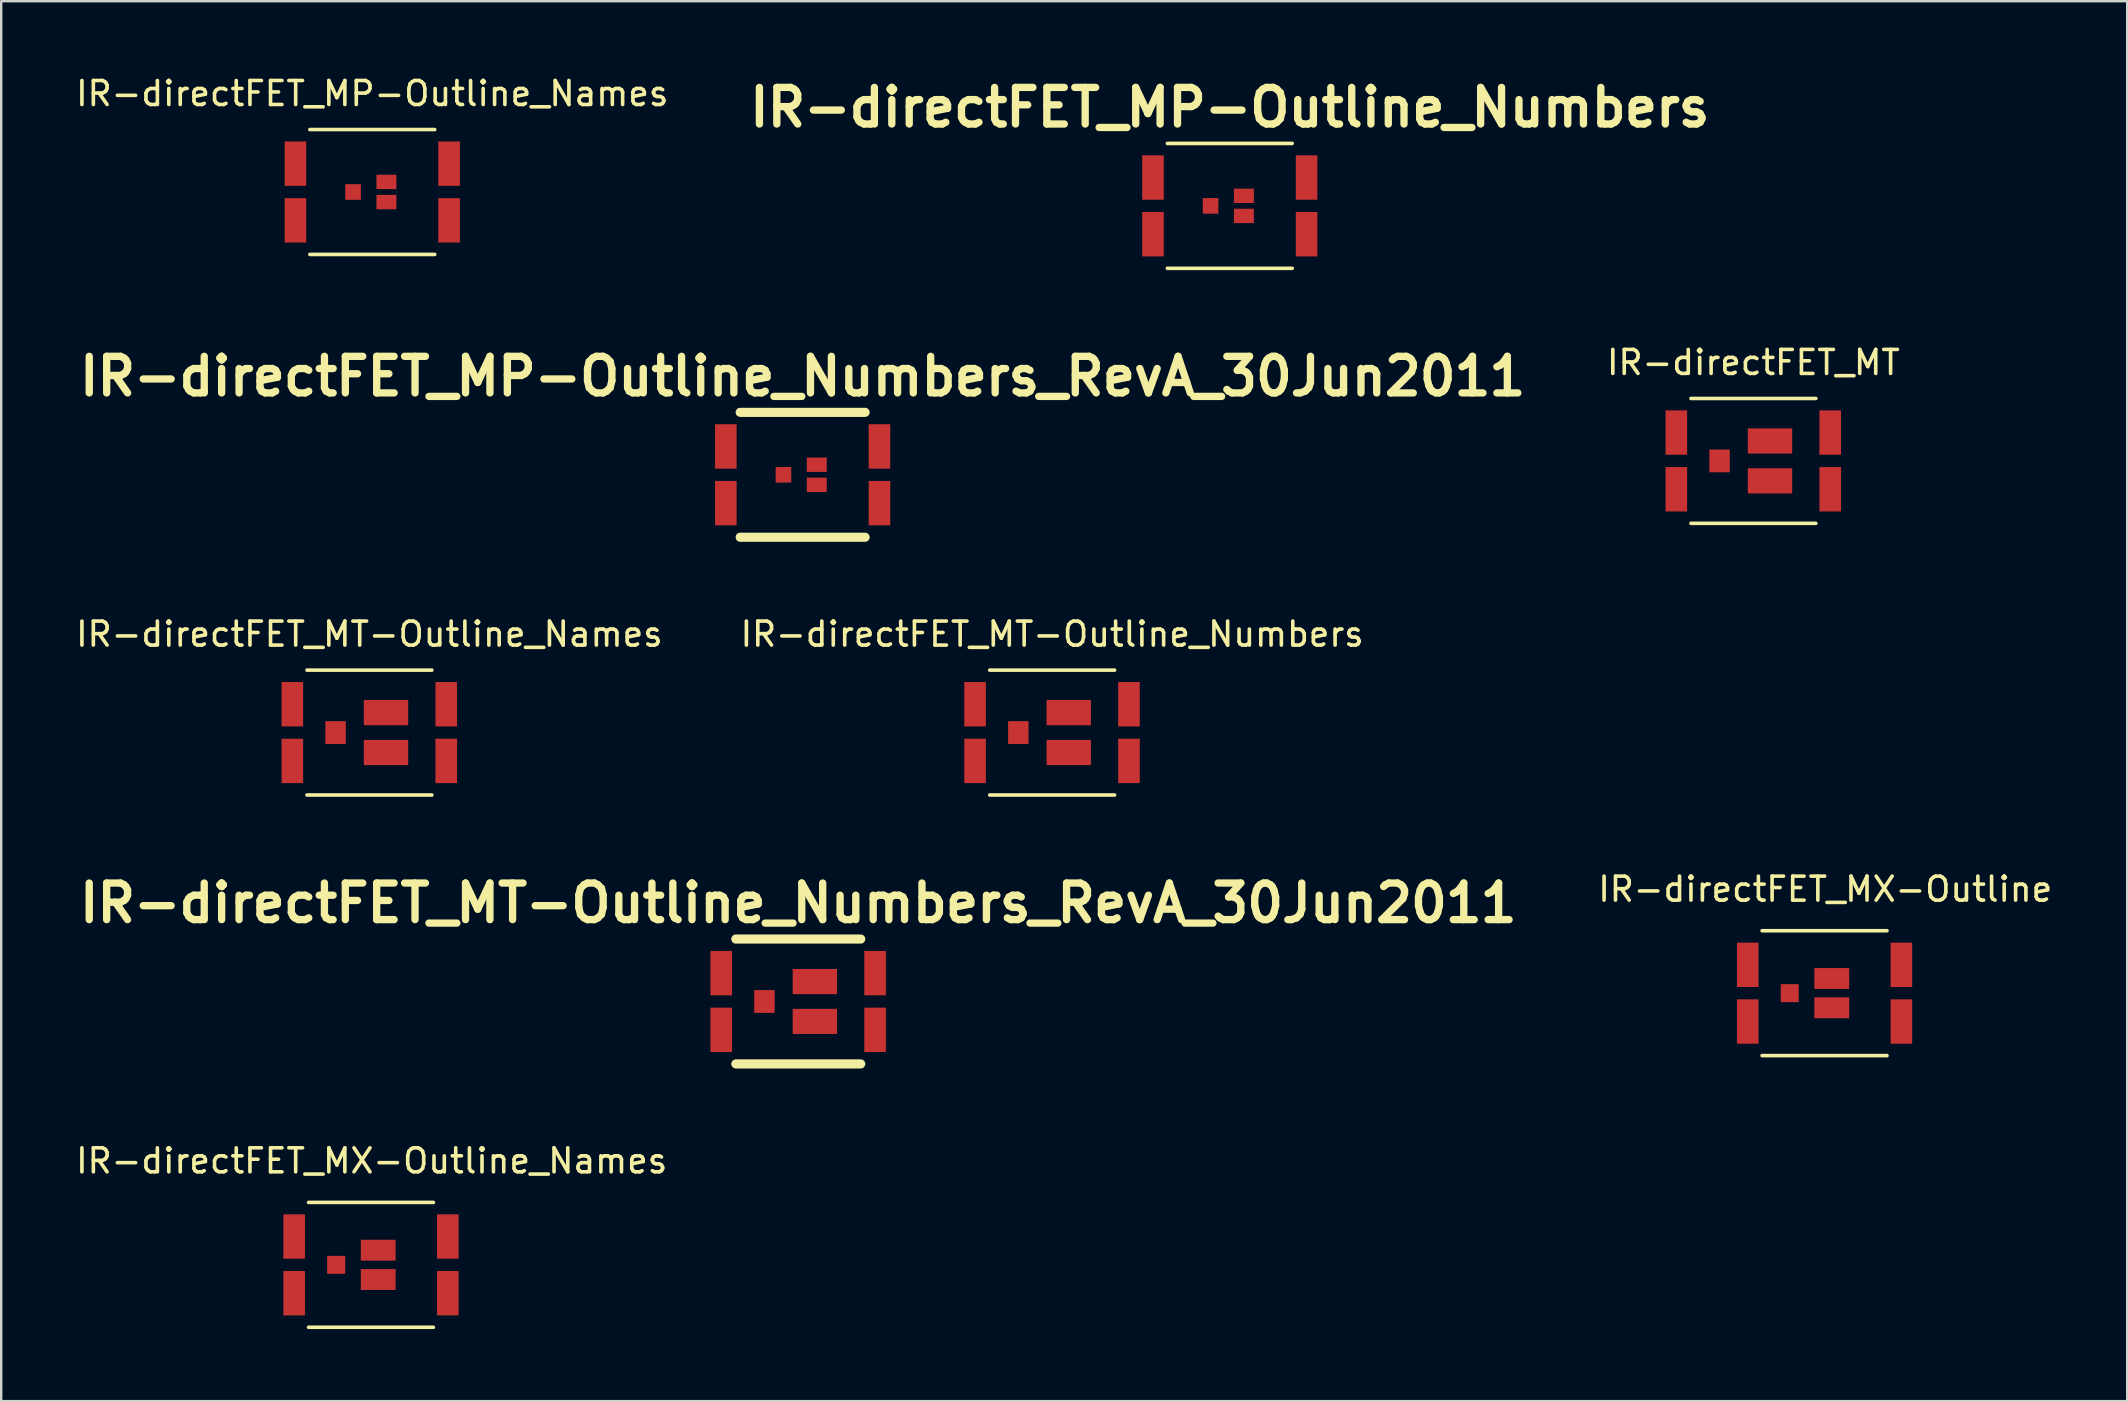
<source format=kicad_pcb>
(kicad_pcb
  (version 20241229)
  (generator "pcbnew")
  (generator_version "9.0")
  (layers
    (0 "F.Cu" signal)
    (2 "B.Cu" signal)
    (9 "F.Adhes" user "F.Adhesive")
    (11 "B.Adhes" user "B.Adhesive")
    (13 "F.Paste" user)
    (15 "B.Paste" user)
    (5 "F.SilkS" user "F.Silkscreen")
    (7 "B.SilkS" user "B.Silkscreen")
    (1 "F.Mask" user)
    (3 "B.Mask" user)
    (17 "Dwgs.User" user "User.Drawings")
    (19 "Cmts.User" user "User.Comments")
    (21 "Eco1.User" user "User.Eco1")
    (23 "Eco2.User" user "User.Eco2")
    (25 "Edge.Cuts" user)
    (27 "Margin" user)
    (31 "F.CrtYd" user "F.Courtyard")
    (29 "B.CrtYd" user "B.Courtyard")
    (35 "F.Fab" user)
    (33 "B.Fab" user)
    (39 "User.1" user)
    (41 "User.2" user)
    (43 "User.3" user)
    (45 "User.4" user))
  (footprint "IR-directFET_MT-Outline_Numbers_RevA_30Jun2011"
    (layer "F.Cu")
    (at 30.204 38.669)
    (property "Reference" "IR-directFET_MT-Outline_Numbers_RevA_30Jun2011" (at 0 -4.1 0) (layer "F.SilkS") (effects (font (size 1.524 1.524) (thickness 0.305))))
    (attr through_hole)
    (fp_line (start -2.601 -2.601) (end 2.601 -2.601) (stroke (width 0.381) (type solid)) (layer "F.SilkS"))
    (fp_line (start 2.601 2.601) (end -2.601 2.601) (stroke (width 0.381) (type solid)) (layer "F.SilkS"))
    (pad "1" smd rect (at 3.2 -1.181) (size 0.899 1.849) (layers "F.Cu" "F.Mask" "F.Paste"))
    (pad "2" smd rect (at 3.2 1.181) (size 0.899 1.849) (layers "F.Cu" "F.Mask" "F.Paste"))
    (pad "3" smd rect (at 0.691 -0.831) (size 1.849 1.049) (layers "F.Cu" "F.Mask" "F.Paste"))
    (pad "4" smd rect (at 0.691 0.831) (size 1.849 1.049) (layers "F.Cu" "F.Mask" "F.Paste"))
    (pad "5" smd rect (at -1.41 0) (size 0.851 0.95) (layers "F.Cu" "F.Mask" "F.Paste"))
    (pad "6" smd rect (at -3.211 -1.181) (size 0.899 1.849) (layers "F.Cu" "F.Mask" "F.Paste"))
    (pad "7" smd rect (at -3.211 1.181) (size 0.899 1.849) (layers "F.Cu" "F.Mask" "F.Paste")))
  (footprint "IR-directFET_MT"
    (layer "F.Cu")
    (at 69.992 16.15)
    (property "Reference" "IR-directFET_MT" (at 0 -4.1 0) (layer "F.SilkS") (effects (font (size 1 1) (thickness 0.15))))
    (attr through_hole)
    (fp_line (start -2.601 -2.601) (end 2.601 -2.601) (stroke (width 0.15) (type solid)) (layer "F.SilkS"))
    (fp_line (start 2.601 2.601) (end -2.601 2.601) (stroke (width 0.15) (type solid)) (layer "F.SilkS"))
    (pad "1" smd rect (at 3.2 -1.181) (size 0.899 1.849) (layers "F.Cu" "F.Mask" "F.Paste"))
    (pad "2" smd rect (at 3.2 1.181) (size 0.899 1.849) (layers "F.Cu" "F.Mask" "F.Paste"))
    (pad "3" smd rect (at 0.691 -0.831) (size 1.849 1.049) (layers "F.Cu" "F.Mask" "F.Paste"))
    (pad "4" smd rect (at 0.691 0.831) (size 1.849 1.049) (layers "F.Cu" "F.Mask" "F.Paste"))
    (pad "5" smd rect (at -1.41 0) (size 0.851 0.95) (layers "F.Cu" "F.Mask" "F.Paste"))
    (pad "6" smd rect (at -3.211 -1.181) (size 0.899 1.849) (layers "F.Cu" "F.Mask" "F.Paste"))
    (pad "7" smd rect (at -3.211 1.181) (size 0.899 1.849) (layers "F.Cu" "F.Mask" "F.Paste")))
  (footprint "IR-directFET_MT-Outline_Numbers"
    (layer "F.Cu")
    (at 40.78 27.467)
    (property "Reference" "IR-directFET_MT-Outline_Numbers" (at 0 -4.1 0) (layer "F.SilkS") (effects (font (size 1 1) (thickness 0.15))))
    (attr through_hole)
    (fp_line (start -2.601 -2.601) (end 2.601 -2.601) (stroke (width 0.15) (type solid)) (layer "F.SilkS"))
    (fp_line (start 2.601 2.601) (end -2.601 2.601) (stroke (width 0.15) (type solid)) (layer "F.SilkS"))
    (pad "1" smd rect (at 3.2 -1.181) (size 0.899 1.849) (layers "F.Cu" "F.Mask" "F.Paste"))
    (pad "2" smd rect (at 3.2 1.181) (size 0.899 1.849) (layers "F.Cu" "F.Mask" "F.Paste"))
    (pad "3" smd rect (at 0.691 -0.831) (size 1.849 1.049) (layers "F.Cu" "F.Mask" "F.Paste"))
    (pad "4" smd rect (at 0.691 0.831) (size 1.849 1.049) (layers "F.Cu" "F.Mask" "F.Paste"))
    (pad "5" smd rect (at -1.41 0) (size 0.851 0.95) (layers "F.Cu" "F.Mask" "F.Paste"))
    (pad "6" smd rect (at -3.211 -1.181) (size 0.899 1.849) (layers "F.Cu" "F.Mask" "F.Paste"))
    (pad "7" smd rect (at -3.211 1.181) (size 0.899 1.849) (layers "F.Cu" "F.Mask" "F.Paste")))
  (footprint "IR-directFET_MT-Outline_Names"
    (layer "F.Cu")
    (at 12.339 27.467)
    (property "Reference" "IR-directFET_MT-Outline_Names" (at 0 -4.1 0) (layer "F.SilkS") (effects (font (size 1 1) (thickness 0.15))))
    (attr through_hole)
    (fp_line (start -2.601 -2.601) (end 2.601 -2.601) (stroke (width 0.15) (type solid)) (layer "F.SilkS"))
    (fp_line (start 2.601 2.601) (end -2.601 2.601) (stroke (width 0.15) (type solid)) (layer "F.SilkS"))
    (pad "D" smd rect (at -3.211 -1.181) (size 0.899 1.849) (layers "F.Cu" "F.Mask" "F.Paste"))
    (pad "D" smd rect (at -3.211 1.181) (size 0.899 1.849) (layers "F.Cu" "F.Mask" "F.Paste"))
    (pad "D" smd rect (at 3.2 -1.181) (size 0.899 1.849) (layers "F.Cu" "F.Mask" "F.Paste"))
    (pad "D" smd rect (at 3.2 1.181) (size 0.899 1.849) (layers "F.Cu" "F.Mask" "F.Paste"))
    (pad "G" smd rect (at -1.41 0) (size 0.851 0.95) (layers "F.Cu" "F.Mask" "F.Paste"))
    (pad "S" smd rect (at 0.691 -0.831) (size 1.849 1.049) (layers "F.Cu" "F.Mask" "F.Paste"))
    (pad "S" smd rect (at 0.691 0.831) (size 1.849 1.049) (layers "F.Cu" "F.Mask" "F.Paste")))
  (footprint "IR-directFET_MX-Outline_Names"
    (layer "F.Cu")
    (at 12.404 49.64)
    (property "Reference" "IR-directFET_MX-Outline_Names" (at 0.03 -4.331 0) (layer "F.SilkS") (effects (font (size 1 1) (thickness 0.15))))
    (attr through_hole)
    (fp_line (start -2.601 -2.601) (end 2.601 -2.601) (stroke (width 0.15) (type solid)) (layer "F.SilkS"))
    (fp_line (start 2.601 2.601) (end -2.601 2.601) (stroke (width 0.15) (type solid)) (layer "F.SilkS"))
    (pad "D" smd rect (at -3.2 -1.181) (size 0.899 1.849) (layers "F.Cu" "F.Mask" "F.Paste"))
    (pad "D" smd rect (at -3.2 1.181) (size 0.899 1.849) (layers "F.Cu" "F.Mask" "F.Paste"))
    (pad "D" smd rect (at 3.2 -1.181) (size 0.899 1.849) (layers "F.Cu" "F.Mask" "F.Paste"))
    (pad "D" smd rect (at 3.2 1.181) (size 0.899 1.849) (layers "F.Cu" "F.Mask" "F.Paste"))
    (pad "G" smd rect (at -1.45 0) (size 0.749 0.749) (layers "F.Cu" "F.Mask" "F.Paste"))
    (pad "S" smd rect (at 0.3 -0.61) (size 1.45 0.871) (layers "F.Cu" "F.Mask" "F.Paste"))
    (pad "S" smd rect (at 0.3 0.61) (size 1.45 0.871) (layers "F.Cu" "F.Mask" "F.Paste")))
  (footprint "IR-directFET_MP-Outline_Names"
    (layer "F.Cu")
    (at 12.458 4.948)
    (property "Reference" "IR-directFET_MP-Outline_Names" (at 0 -4.1 0) (layer "F.SilkS") (effects (font (size 1 1) (thickness 0.15))))
    (attr through_hole)
    (fp_line (start -2.601 -2.601) (end 2.601 -2.601) (stroke (width 0.15) (type solid)) (layer "F.SilkS"))
    (fp_line (start 2.601 2.601) (end -2.601 2.601) (stroke (width 0.15) (type solid)) (layer "F.SilkS"))
    (pad "D" smd rect (at -3.2 -1.181) (size 0.899 1.849) (layers "F.Cu" "F.Mask" "F.Paste"))
    (pad "D" smd rect (at -3.2 1.181) (size 0.899 1.849) (layers "F.Cu" "F.Mask" "F.Paste"))
    (pad "D" smd rect (at 3.2 -1.181) (size 0.899 1.849) (layers "F.Cu" "F.Mask" "F.Paste"))
    (pad "D" smd rect (at 3.2 1.181) (size 0.899 1.849) (layers "F.Cu" "F.Mask" "F.Paste"))
    (pad "G" smd rect (at -0.8 0) (size 0.65 0.65) (layers "F.Cu" "F.Mask" "F.Paste"))
    (pad "S" smd rect (at 0.589 -0.419) (size 0.831 0.599) (layers "F.Cu" "F.Mask" "F.Paste"))
    (pad "S" smd rect (at 0.589 0.419) (size 0.831 0.599) (layers "F.Cu" "F.Mask" "F.Paste")))
  (footprint "IR-directFET_MX-Outline"
    (layer "F.Cu")
    (at 72.955 38.322)
    (property "Reference" "IR-directFET_MX-Outline" (at 0.03 -4.331 0) (layer "F.SilkS") (effects (font (size 1 1) (thickness 0.15))))
    (attr through_hole)
    (fp_line (start -2.601 -2.601) (end 2.601 -2.601) (stroke (width 0.15) (type solid)) (layer "F.SilkS"))
    (fp_line (start 2.601 2.601) (end -2.601 2.601) (stroke (width 0.15) (type solid)) (layer "F.SilkS"))
    (pad "D" smd rect (at -3.2 -1.181) (size 0.899 1.849) (layers "F.Cu" "F.Mask" "F.Paste"))
    (pad "D" smd rect (at -3.2 1.181) (size 0.899 1.849) (layers "F.Cu" "F.Mask" "F.Paste"))
    (pad "D" smd rect (at 3.2 -1.181) (size 0.899 1.849) (layers "F.Cu" "F.Mask" "F.Paste"))
    (pad "D" smd rect (at 3.2 1.181) (size 0.899 1.849) (layers "F.Cu" "F.Mask" "F.Paste"))
    (pad "G" smd rect (at -1.45 0) (size 0.749 0.749) (layers "F.Cu" "F.Mask" "F.Paste"))
    (pad "S" smd rect (at 0.3 -0.61) (size 1.45 0.871) (layers "F.Cu" "F.Mask" "F.Paste"))
    (pad "S" smd rect (at 0.3 0.61) (size 1.45 0.871) (layers "F.Cu" "F.Mask" "F.Paste")))
  (footprint "IR-directFET_MP-Outline_Numbers_RevA_30Jun2011"
    (layer "F.Cu")
    (at 30.386 16.728)
    (property "Reference" "IR-directFET_MP-Outline_Numbers_RevA_30Jun2011" (at 0 -4.1 0) (layer "F.SilkS") (effects (font (size 1.524 1.524) (thickness 0.305))))
    (attr through_hole)
    (fp_line (start -2.601 -2.601) (end 2.601 -2.601) (stroke (width 0.381) (type solid)) (layer "F.SilkS"))
    (fp_line (start 2.601 2.601) (end -2.601 2.601) (stroke (width 0.381) (type solid)) (layer "F.SilkS"))
    (pad "1" smd rect (at 3.2 -1.181) (size 0.899 1.849) (layers "F.Cu" "F.Mask" "F.Paste"))
    (pad "2" smd rect (at 3.2 1.181) (size 0.899 1.849) (layers "F.Cu" "F.Mask" "F.Paste"))
    (pad "3" smd rect (at 0.589 -0.419) (size 0.831 0.599) (layers "F.Cu" "F.Mask" "F.Paste"))
    (pad "4" smd rect (at 0.589 0.419) (size 0.831 0.599) (layers "F.Cu" "F.Mask" "F.Paste"))
    (pad "5" smd rect (at -0.8 0) (size 0.65 0.65) (layers "F.Cu" "F.Mask" "F.Paste"))
    (pad "6" smd rect (at -3.2 -1.181) (size 0.899 1.849) (layers "F.Cu" "F.Mask" "F.Paste"))
    (pad "7" smd rect (at -3.2 1.181) (size 0.899 1.849) (layers "F.Cu" "F.Mask" "F.Paste")))
  (footprint "IR-directFET_MP-Outline_Numbers"
    (layer "F.Cu")
    (at 48.179 5.526)
    (property "Reference" "IR-directFET_MP-Outline_Numbers" (at 0 -4.1 0) (layer "F.SilkS") (effects (font (size 1.524 1.524) (thickness 0.305))))
    (attr through_hole)
    (fp_line (start -2.601 -2.601) (end 2.601 -2.601) (stroke (width 0.15) (type solid)) (layer "F.SilkS"))
    (fp_line (start 2.601 2.601) (end -2.601 2.601) (stroke (width 0.15) (type solid)) (layer "F.SilkS"))
    (pad "1" smd rect (at 3.2 -1.181) (size 0.899 1.849) (layers "F.Cu" "F.Mask" "F.Paste"))
    (pad "2" smd rect (at 3.2 1.181) (size 0.899 1.849) (layers "F.Cu" "F.Mask" "F.Paste"))
    (pad "3" smd rect (at 0.589 -0.419) (size 0.831 0.599) (layers "F.Cu" "F.Mask" "F.Paste"))
    (pad "4" smd rect (at 0.589 0.419) (size 0.831 0.599) (layers "F.Cu" "F.Mask" "F.Paste"))
    (pad "5" smd rect (at -0.8 0) (size 0.65 0.65) (layers "F.Cu" "F.Mask" "F.Paste"))
    (pad "6" smd rect (at -3.2 -1.181) (size 0.899 1.849) (layers "F.Cu" "F.Mask" "F.Paste"))
    (pad "7" smd rect (at -3.2 1.181) (size 0.899 1.849) (layers "F.Cu" "F.Mask" "F.Paste")))
  (gr_rect
    (start -3 -3)
    (end 85.563 55.316)
    (stroke (width 0.1) (type default))
    (fill no)
    (layer "Edge.Cuts")))
</source>
